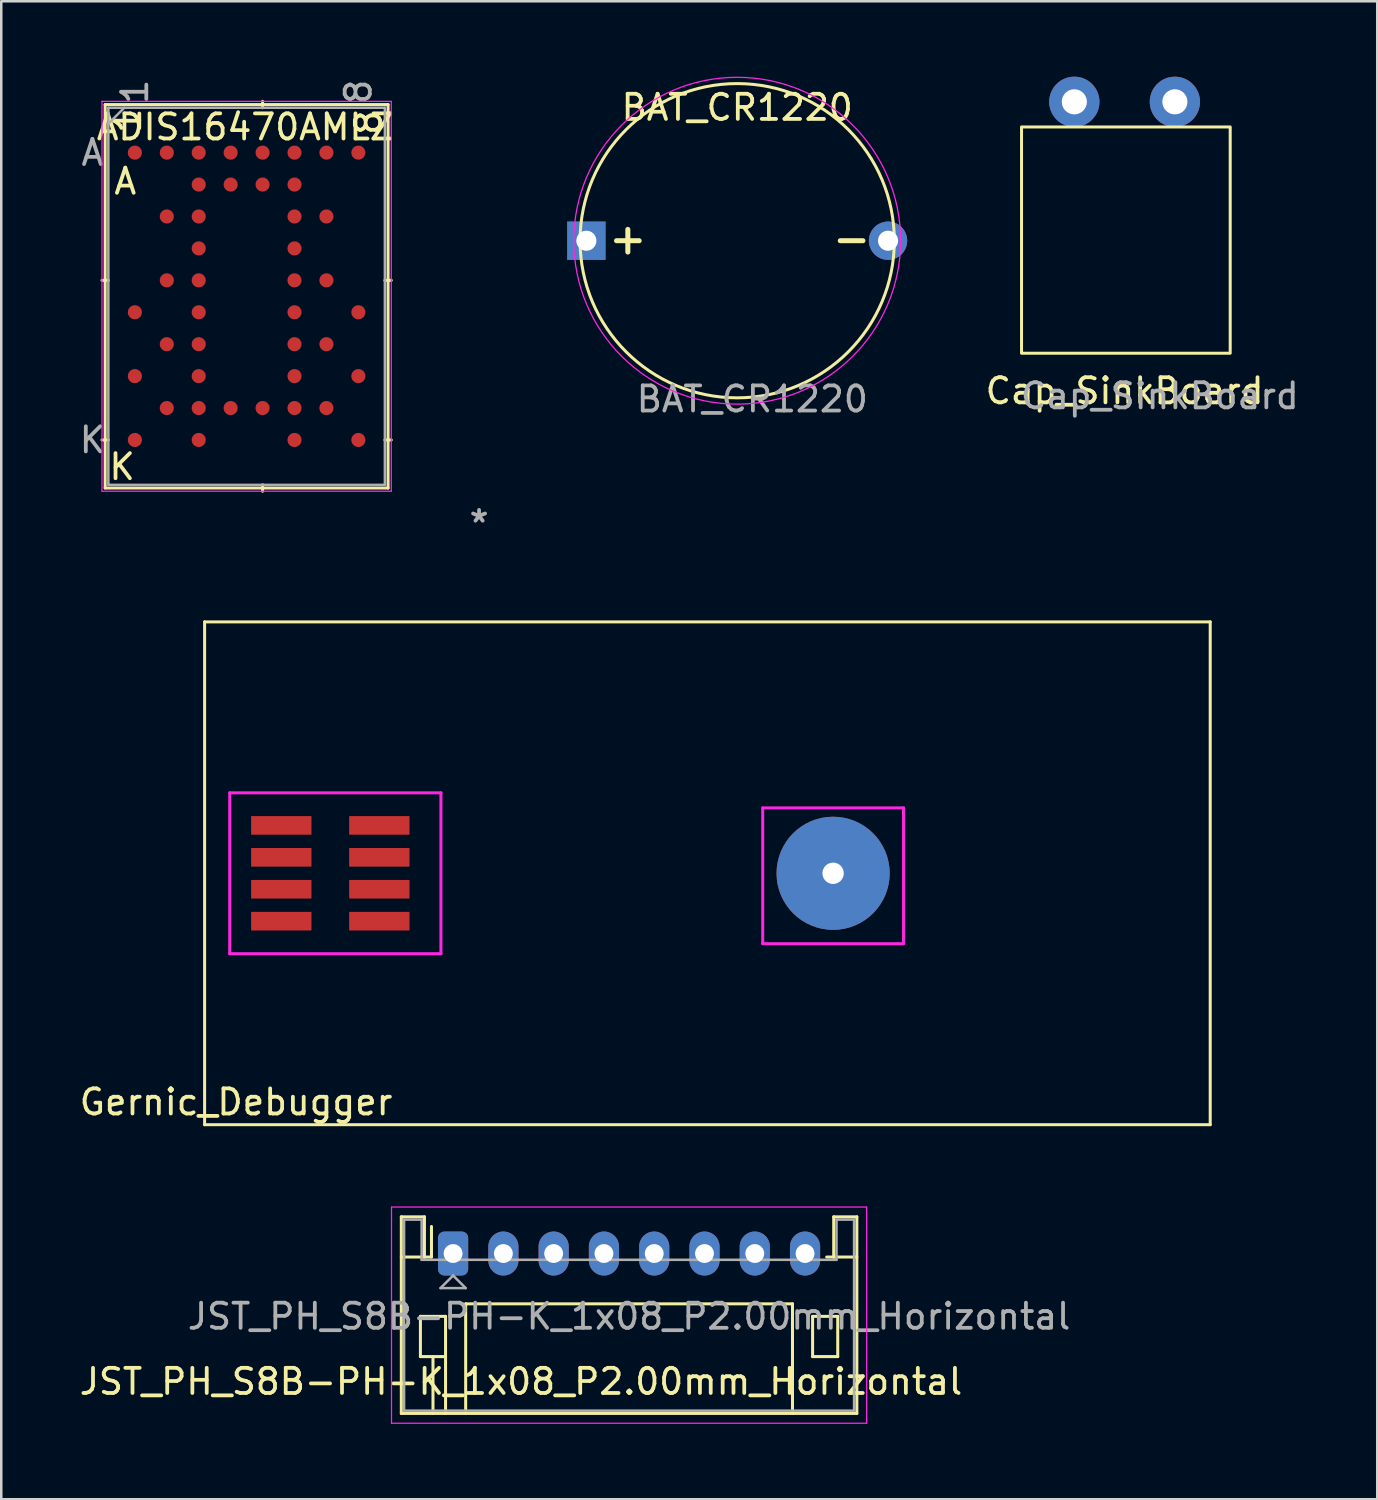
<source format=kicad_pcb>
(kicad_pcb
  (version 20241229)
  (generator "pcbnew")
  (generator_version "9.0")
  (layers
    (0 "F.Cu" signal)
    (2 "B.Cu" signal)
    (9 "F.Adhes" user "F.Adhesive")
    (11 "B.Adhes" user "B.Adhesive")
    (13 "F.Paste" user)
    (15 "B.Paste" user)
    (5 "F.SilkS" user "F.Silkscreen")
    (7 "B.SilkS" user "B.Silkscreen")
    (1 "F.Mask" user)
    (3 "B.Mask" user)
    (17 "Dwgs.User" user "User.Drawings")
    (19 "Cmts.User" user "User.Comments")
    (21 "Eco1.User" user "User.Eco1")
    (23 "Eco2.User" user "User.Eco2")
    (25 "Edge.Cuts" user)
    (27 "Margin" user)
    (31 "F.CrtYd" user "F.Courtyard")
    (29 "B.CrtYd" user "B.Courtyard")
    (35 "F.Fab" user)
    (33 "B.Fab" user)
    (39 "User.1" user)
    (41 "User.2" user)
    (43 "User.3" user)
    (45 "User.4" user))
  (footprint "Cap_SinkBoard"
    (layer "F.Cu")
    (at 39.684 1)
    (property "Reference" "Cap_SinkBoard" (at 2 11.5 0) (unlocked yes) (layer "F.SilkS") (effects (font (size 1 1) (thickness 0.15))))
    (attr smd)
    (fp_rect (start -2.1 1) (end 6.2 10) (stroke (width 0.12) (type solid)) (fill no) (layer "F.SilkS"))
    (fp_text user "${REFERENCE}" (at 3.4 11.7 0) (unlocked yes) (layer "F.Fab") (effects (font (size 1 1) (thickness 0.15))))
    (pad "1" thru_hole circle (at 0 0) (size 2 2) (drill 1) (layers "*.Cu" "*.Mask"))
    (pad "2" thru_hole circle (at 4 0) (size 2 2) (drill 1) (layers "*.Cu" "*.Mask")))
  (footprint "Gernic_Debugger"
    (layer "F.Cu")
    (at 5.089 41.687)
    (property "Reference" "Gernic_Debugger" (at 1.25 -0.9 0) (layer "F.SilkS") (effects (font (size 1 1) (thickness 0.15))))
    (attr through_hole)
    (fp_line (start 0 -20) (end 0 0) (stroke (width 0.12) (type solid)) (layer "F.SilkS"))
    (fp_line (start 0 0) (end 40 0) (stroke (width 0.12) (type solid)) (layer "F.SilkS"))
    (fp_line (start 40 -20) (end 0 -20) (stroke (width 0.12) (type solid)) (layer "F.SilkS"))
    (fp_line (start 40 0) (end 40 -20) (stroke (width 0.12) (type solid)) (layer "F.SilkS"))
    (fp_line (start 1 -13.2) (end 9.4 -13.2) (stroke (width 0.12) (type solid)) (layer "F.CrtYd"))
    (fp_line (start 1 -6.8) (end 1 -13.2) (stroke (width 0.12) (type solid)) (layer "F.CrtYd"))
    (fp_line (start 9.4 -13.2) (end 9.4 -6.8) (stroke (width 0.12) (type solid)) (layer "F.CrtYd"))
    (fp_line (start 9.4 -6.8) (end 1 -6.8) (stroke (width 0.12) (type solid)) (layer "F.CrtYd"))
    (fp_line (start 22.2 -12.6) (end 27.8 -12.6) (stroke (width 0.12) (type solid)) (layer "F.CrtYd"))
    (fp_line (start 22.2 -7.2) (end 22.2 -12.6) (stroke (width 0.12) (type solid)) (layer "F.CrtYd"))
    (fp_line (start 27.8 -12.6) (end 27.8 -7.2) (stroke (width 0.12) (type solid)) (layer "F.CrtYd"))
    (fp_line (start 27.8 -7.2) (end 22.2 -7.2) (stroke (width 0.12) (type solid)) (layer "F.CrtYd"))
    (pad "1" smd rect (at 3.05 -11.905) (size 2.4 0.74) (layers "F.Cu" "F.Mask" "F.Paste"))
    (pad "2" smd rect (at 3.05 -10.635) (size 2.4 0.74) (layers "F.Cu" "F.Mask" "F.Paste"))
    (pad "3" smd rect (at 3.05 -9.365) (size 2.4 0.74) (layers "F.Cu" "F.Mask" "F.Paste"))
    (pad "4" smd rect (at 3.05 -8.095) (size 2.4 0.74) (layers "F.Cu" "F.Mask" "F.Paste"))
    (pad "5" smd rect (at 6.95 -8.095) (size 2.4 0.74) (layers "F.Cu" "F.Mask" "F.Paste"))
    (pad "6" smd rect (at 6.95 -9.365) (size 2.4 0.74) (layers "F.Cu" "F.Mask" "F.Paste"))
    (pad "7" smd rect (at 6.95 -10.635) (size 2.4 0.74) (layers "F.Cu" "F.Mask" "F.Paste"))
    (pad "8" smd rect (at 6.95 -11.905) (size 2.4 0.74) (layers "F.Cu" "F.Mask" "F.Paste"))
    (pad "9" thru_hole circle (at 25 -10) (size 4.5 4.5) (drill 0.85) (layers "*.Cu" "*.Mask")))
  (footprint "JST_PH_S8B-PH-K_1x08_P2.00mm_Horizontal"
    (layer "F.Cu")
    (at 14.973 46.812)
    (property "Reference" "JST_PH_S8B-PH-K_1x08_P2.00mm_Horizontal" (at 2.7 5.092 180) (layer "F.SilkS") (effects (font (size 1 1) (thickness 0.15))))
    (attr through_hole)
    (fp_line (start -2.06 -1.46) (end -2.06 6.36) (stroke (width 0.12) (type solid)) (layer "F.SilkS"))
    (fp_line (start -2.06 0.14) (end -1.14 0.14) (stroke (width 0.12) (type solid)) (layer "F.SilkS"))
    (fp_line (start -2.06 6.36) (end 16.06 6.36) (stroke (width 0.12) (type solid)) (layer "F.SilkS"))
    (fp_line (start -1.3 2.5) (end -1.3 4.1) (stroke (width 0.12) (type solid)) (layer "F.SilkS"))
    (fp_line (start -1.3 4.1) (end -0.3 4.1) (stroke (width 0.12) (type solid)) (layer "F.SilkS"))
    (fp_line (start -1.14 -1.46) (end -2.06 -1.46) (stroke (width 0.12) (type solid)) (layer "F.SilkS"))
    (fp_line (start -1.14 0.14) (end -1.14 -1.46) (stroke (width 0.12) (type solid)) (layer "F.SilkS"))
    (fp_line (start -0.86 0.14) (end -1.14 0.14) (stroke (width 0.12) (type solid)) (layer "F.SilkS"))
    (fp_line (start -0.86 0.14) (end -0.86 -1.075) (stroke (width 0.12) (type solid)) (layer "F.SilkS"))
    (fp_line (start -0.8 4.1) (end -0.8 6.36) (stroke (width 0.12) (type solid)) (layer "F.SilkS"))
    (fp_line (start -0.3 2.5) (end -1.3 2.5) (stroke (width 0.12) (type solid)) (layer "F.SilkS"))
    (fp_line (start -0.3 4.1) (end -0.3 2.5) (stroke (width 0.12) (type solid)) (layer "F.SilkS"))
    (fp_line (start -0.3 4.1) (end -0.3 6.36) (stroke (width 0.12) (type solid)) (layer "F.SilkS"))
    (fp_line (start 0.5 2) (end 13.5 2) (stroke (width 0.12) (type solid)) (layer "F.SilkS"))
    (fp_line (start 0.5 6.36) (end 0.5 2) (stroke (width 0.12) (type solid)) (layer "F.SilkS"))
    (fp_line (start 13.5 2) (end 13.5 6.36) (stroke (width 0.12) (type solid)) (layer "F.SilkS"))
    (fp_line (start 14.3 2.5) (end 15.3 2.5) (stroke (width 0.12) (type solid)) (layer "F.SilkS"))
    (fp_line (start 14.3 4.1) (end 14.3 2.5) (stroke (width 0.12) (type solid)) (layer "F.SilkS"))
    (fp_line (start 15.14 -1.46) (end 15.14 0.14) (stroke (width 0.12) (type solid)) (layer "F.SilkS"))
    (fp_line (start 15.14 0.14) (end 14.86 0.14) (stroke (width 0.12) (type solid)) (layer "F.SilkS"))
    (fp_line (start 15.3 2.5) (end 15.3 4.1) (stroke (width 0.12) (type solid)) (layer "F.SilkS"))
    (fp_line (start 15.3 4.1) (end 14.3 4.1) (stroke (width 0.12) (type solid)) (layer "F.SilkS"))
    (fp_line (start 16.06 -1.46) (end 15.14 -1.46) (stroke (width 0.12) (type solid)) (layer "F.SilkS"))
    (fp_line (start 16.06 0.14) (end 15.14 0.14) (stroke (width 0.12) (type solid)) (layer "F.SilkS"))
    (fp_line (start 16.06 6.36) (end 16.06 -1.46) (stroke (width 0.12) (type solid)) (layer "F.SilkS"))
    (fp_line (start -2.45 -1.85) (end -2.45 6.75) (stroke (width 0.05) (type solid)) (layer "F.CrtYd"))
    (fp_line (start -2.45 6.75) (end 16.45 6.75) (stroke (width 0.05) (type solid)) (layer "F.CrtYd"))
    (fp_line (start 16.45 -1.85) (end -2.45 -1.85) (stroke (width 0.05) (type solid)) (layer "F.CrtYd"))
    (fp_line (start 16.45 6.75) (end 16.45 -1.85) (stroke (width 0.05) (type solid)) (layer "F.CrtYd"))
    (fp_line (start -1.95 -1.35) (end -1.95 6.25) (stroke (width 0.1) (type solid)) (layer "F.Fab"))
    (fp_line (start -1.95 6.25) (end 15.95 6.25) (stroke (width 0.1) (type solid)) (layer "F.Fab"))
    (fp_line (start -1.25 -1.35) (end -1.95 -1.35) (stroke (width 0.1) (type solid)) (layer "F.Fab"))
    (fp_line (start -1.25 0.25) (end -1.25 -1.35) (stroke (width 0.1) (type solid)) (layer "F.Fab"))
    (fp_line (start -0.5 1.375) (end 0.5 1.375) (stroke (width 0.1) (type solid)) (layer "F.Fab"))
    (fp_line (start 0 0.875) (end -0.5 1.375) (stroke (width 0.1) (type solid)) (layer "F.Fab"))
    (fp_line (start 0.5 1.375) (end 0 0.875) (stroke (width 0.1) (type solid)) (layer "F.Fab"))
    (fp_line (start 15.25 -1.35) (end 15.25 0.25) (stroke (width 0.1) (type solid)) (layer "F.Fab"))
    (fp_line (start 15.25 0.25) (end -1.25 0.25) (stroke (width 0.1) (type solid)) (layer "F.Fab"))
    (fp_line (start 15.95 -1.35) (end 15.25 -1.35) (stroke (width 0.1) (type solid)) (layer "F.Fab"))
    (fp_line (start 15.95 6.25) (end 15.95 -1.35) (stroke (width 0.1) (type solid)) (layer "F.Fab"))
    (fp_text user "${REFERENCE}" (at 7 2.5 180) (layer "F.Fab") (effects (font (size 1 1) (thickness 0.15))))
    (pad "1" thru_hole roundrect (at 0 0) (size 1.2 1.75) (drill 0.75) (layers "*.Cu" "*.Mask") (roundrect_rratio 0.208))
    (pad "2" thru_hole oval (at 2 0) (size 1.2 1.75) (drill 0.75) (layers "*.Cu" "*.Mask"))
    (pad "3" thru_hole oval (at 4 0) (size 1.2 1.75) (drill 0.75) (layers "*.Cu" "*.Mask"))
    (pad "4" thru_hole oval (at 6 0) (size 1.2 1.75) (drill 0.75) (layers "*.Cu" "*.Mask"))
    (pad "5" thru_hole oval (at 8 0) (size 1.2 1.75) (drill 0.75) (layers "*.Cu" "*.Mask"))
    (pad "6" thru_hole oval (at 10 0) (size 1.2 1.75) (drill 0.75) (layers "*.Cu" "*.Mask"))
    (pad "7" thru_hole oval (at 12 0) (size 1.2 1.75) (drill 0.75) (layers "*.Cu" "*.Mask"))
    (pad "8" thru_hole oval (at 14 0) (size 1.2 1.75) (drill 0.75) (layers "*.Cu" "*.Mask")))
  (footprint "ADIS16470AMLZ"
    (layer "F.Cu")
    (at 6.76 8.736)
    (property "Reference" "ADIS16470AMLZ" (at -0.051 -6.731 0) (layer "F.SilkS") (effects (font (size 1 1) (thickness 0.15))))
    (attr smd)
    (fp_line (start -5.627 -7.627) (end -5.627 7.627) (stroke (width 0.12) (type solid)) (layer "F.SilkS"))
    (fp_line (start -5.627 7.627) (end 5.627 7.627) (stroke (width 0.12) (type solid)) (layer "F.SilkS"))
    (fp_line (start -5.5 -0.635) (end -5.754 -0.635) (stroke (width 0.12) (type solid)) (layer "F.SilkS"))
    (fp_line (start -5.5 5.715) (end -5.754 5.715) (stroke (width 0.12) (type solid)) (layer "F.SilkS"))
    (fp_line (start 0.635 -7.5) (end 0.635 -7.754) (stroke (width 0.12) (type solid)) (layer "F.SilkS"))
    (fp_line (start 0.635 7.5) (end 0.635 7.754) (stroke (width 0.12) (type solid)) (layer "F.SilkS"))
    (fp_line (start 5.5 -0.635) (end 5.754 -0.635) (stroke (width 0.12) (type solid)) (layer "F.SilkS"))
    (fp_line (start 5.5 5.715) (end 5.754 5.715) (stroke (width 0.12) (type solid)) (layer "F.SilkS"))
    (fp_line (start 5.627 -7.627) (end -5.627 -7.627) (stroke (width 0.12) (type solid)) (layer "F.SilkS"))
    (fp_line (start 5.627 7.627) (end 5.627 -7.627) (stroke (width 0.12) (type solid)) (layer "F.SilkS"))
    (fp_line (start -5.754 -7.754) (end 5.754 -7.754) (stroke (width 0.05) (type solid)) (layer "F.CrtYd"))
    (fp_line (start -5.754 7.754) (end -5.754 -7.754) (stroke (width 0.05) (type solid)) (layer "F.CrtYd"))
    (fp_line (start 5.754 -7.754) (end 5.754 7.754) (stroke (width 0.05) (type solid)) (layer "F.CrtYd"))
    (fp_line (start 5.754 7.754) (end -5.754 7.754) (stroke (width 0.05) (type solid)) (layer "F.CrtYd"))
    (fp_line (start -5.5 -7.5) (end -5.5 7.5) (stroke (width 0.1) (type solid)) (layer "F.Fab"))
    (fp_line (start -5.5 7.5) (end 5.5 7.5) (stroke (width 0.1) (type solid)) (layer "F.Fab"))
    (fp_line (start -4.865 -7.5) (end -5.5 -6.865) (stroke (width 0.1) (type solid)) (layer "F.Fab"))
    (fp_line (start 5.5 -7.5) (end -5.5 -7.5) (stroke (width 0.1) (type solid)) (layer "F.Fab"))
    (fp_line (start 5.5 7.5) (end 5.5 -7.5) (stroke (width 0.1) (type solid)) (layer "F.Fab"))
    (fp_text user "A" (at -4.826 -4.572 0) (layer "F.SilkS") (effects (font (size 1 1) (thickness 0.15))))
    (fp_text user "K" (at -4.953 6.782 0) (layer "F.SilkS") (effects (font (size 1 1) (thickness 0.15))))
    (fp_text user "1" (at -4.724 -6.985 90) (layer "F.SilkS") (effects (font (size 1 1) (thickness 0.15))))
    (fp_text user "8" (at 4.851 -6.909 90) (layer "F.SilkS") (effects (font (size 1 1) (thickness 0.15))))
    (fp_text user "1" (at -4.445 -8.135 90) (layer "F.Fab") (effects (font (size 1 1) (thickness 0.15))))
    (fp_text user "A" (at -6.135 -5.715 0) (layer "F.Fab") (effects (font (size 1 1) (thickness 0.15))))
    (fp_text user "8" (at 4.445 -8.135 90) (layer "F.Fab") (effects (font (size 1 1) (thickness 0.15))))
    (fp_text user "*" (at 9.246 9.042 0) (layer "F.Fab") (effects (font (size 1 1) (thickness 0.15))))
    (fp_text user "K" (at -6.135 5.715 0) (layer "F.Fab") (effects (font (size 1 1) (thickness 0.15))))
    (pad "A1" smd circle (at -4.445 -5.715) (size 0.56 0.56) (layers "F.Cu" "F.Mask" "F.Paste"))
    (pad "A2" smd circle (at -3.175 -5.715) (size 0.56 0.56) (layers "F.Cu" "F.Mask" "F.Paste"))
    (pad "A3" smd circle (at -1.905 -5.715) (size 0.56 0.56) (layers "F.Cu" "F.Mask" "F.Paste"))
    (pad "A4" smd circle (at -0.635 -5.715) (size 0.56 0.56) (layers "F.Cu" "F.Mask" "F.Paste"))
    (pad "A5" smd circle (at 0.635 -5.715) (size 0.56 0.56) (layers "F.Cu" "F.Mask" "F.Paste"))
    (pad "A6" smd circle (at 1.905 -5.715) (size 0.56 0.56) (layers "F.Cu" "F.Mask" "F.Paste"))
    (pad "A7" smd circle (at 3.175 -5.715) (size 0.56 0.56) (layers "F.Cu" "F.Mask" "F.Paste"))
    (pad "A8" smd circle (at 4.445 -5.715) (size 0.56 0.56) (layers "F.Cu" "F.Mask" "F.Paste"))
    (pad "B3" smd circle (at -1.905 -4.445) (size 0.56 0.56) (layers "F.Cu" "F.Mask" "F.Paste"))
    (pad "B4" smd circle (at -0.635 -4.445) (size 0.56 0.56) (layers "F.Cu" "F.Mask" "F.Paste"))
    (pad "B5" smd circle (at 0.635 -4.445) (size 0.56 0.56) (layers "F.Cu" "F.Mask" "F.Paste"))
    (pad "B6" smd circle (at 1.905 -4.445) (size 0.56 0.56) (layers "F.Cu" "F.Mask" "F.Paste"))
    (pad "C2" smd circle (at -3.175 -3.175) (size 0.56 0.56) (layers "F.Cu" "F.Mask" "F.Paste"))
    (pad "C3" smd circle (at -1.905 -3.175) (size 0.56 0.56) (layers "F.Cu" "F.Mask" "F.Paste"))
    (pad "C6" smd circle (at 1.905 -3.175) (size 0.56 0.56) (layers "F.Cu" "F.Mask" "F.Paste"))
    (pad "C7" smd circle (at 3.175 -3.175) (size 0.56 0.56) (layers "F.Cu" "F.Mask" "F.Paste"))
    (pad "D3" smd circle (at -1.905 -1.905) (size 0.56 0.56) (layers "F.Cu" "F.Mask" "F.Paste"))
    (pad "D6" smd circle (at 1.905 -1.905) (size 0.56 0.56) (layers "F.Cu" "F.Mask" "F.Paste"))
    (pad "E2" smd circle (at -3.175 -0.635) (size 0.56 0.56) (layers "F.Cu" "F.Mask" "F.Paste"))
    (pad "E3" smd circle (at -1.905 -0.635) (size 0.56 0.56) (layers "F.Cu" "F.Mask" "F.Paste"))
    (pad "E6" smd circle (at 1.905 -0.635) (size 0.56 0.56) (layers "F.Cu" "F.Mask" "F.Paste"))
    (pad "E7" smd circle (at 3.175 -0.635) (size 0.56 0.56) (layers "F.Cu" "F.Mask" "F.Paste"))
    (pad "F1" smd circle (at -4.445 0.635) (size 0.56 0.56) (layers "F.Cu" "F.Mask" "F.Paste"))
    (pad "F3" smd circle (at -1.905 0.635) (size 0.56 0.56) (layers "F.Cu" "F.Mask" "F.Paste"))
    (pad "F6" smd circle (at 1.905 0.635) (size 0.56 0.56) (layers "F.Cu" "F.Mask" "F.Paste"))
    (pad "F8" smd circle (at 4.445 0.635) (size 0.56 0.56) (layers "F.Cu" "F.Mask" "F.Paste"))
    (pad "G2" smd circle (at -3.175 1.905) (size 0.56 0.56) (layers "F.Cu" "F.Mask" "F.Paste"))
    (pad "G3" smd circle (at -1.905 1.905) (size 0.56 0.56) (layers "F.Cu" "F.Mask" "F.Paste"))
    (pad "G6" smd circle (at 1.905 1.905) (size 0.56 0.56) (layers "F.Cu" "F.Mask" "F.Paste"))
    (pad "G7" smd circle (at 3.175 1.905) (size 0.56 0.56) (layers "F.Cu" "F.Mask" "F.Paste"))
    (pad "H1" smd circle (at -4.445 3.175) (size 0.56 0.56) (layers "F.Cu" "F.Mask" "F.Paste"))
    (pad "H3" smd circle (at -1.905 3.175) (size 0.56 0.56) (layers "F.Cu" "F.Mask" "F.Paste"))
    (pad "H6" smd circle (at 1.905 3.175) (size 0.56 0.56) (layers "F.Cu" "F.Mask" "F.Paste"))
    (pad "H8" smd circle (at 4.445 3.175) (size 0.56 0.56) (layers "F.Cu" "F.Mask" "F.Paste"))
    (pad "J2" smd circle (at -3.175 4.445) (size 0.56 0.56) (layers "F.Cu" "F.Mask" "F.Paste"))
    (pad "J3" smd circle (at -1.905 4.445) (size 0.56 0.56) (layers "F.Cu" "F.Mask" "F.Paste"))
    (pad "J4" smd circle (at -0.635 4.445) (size 0.56 0.56) (layers "F.Cu" "F.Mask" "F.Paste"))
    (pad "J5" smd circle (at 0.635 4.445) (size 0.56 0.56) (layers "F.Cu" "F.Mask" "F.Paste"))
    (pad "J6" smd circle (at 1.905 4.445) (size 0.56 0.56) (layers "F.Cu" "F.Mask" "F.Paste"))
    (pad "J7" smd circle (at 3.175 4.445) (size 0.56 0.56) (layers "F.Cu" "F.Mask" "F.Paste"))
    (pad "K1" smd circle (at -4.445 5.715) (size 0.56 0.56) (layers "F.Cu" "F.Mask" "F.Paste"))
    (pad "K3" smd circle (at -1.905 5.715) (size 0.56 0.56) (layers "F.Cu" "F.Mask" "F.Paste"))
    (pad "K6" smd circle (at 1.905 5.715) (size 0.56 0.56) (layers "F.Cu" "F.Mask" "F.Paste"))
    (pad "K8" smd circle (at 4.445 5.715) (size 0.56 0.56) (layers "F.Cu" "F.Mask" "F.Paste")))
  (footprint "BAT_CR1220"
    (layer "F.Cu")
    (at 20.274 6.525)
    (property "Reference" "BAT_CR1220" (at 6 -5.3 0) (unlocked yes) (layer "F.SilkS") (effects (font (size 1 1) (thickness 0.15))))
    (attr through_hole)
    (fp_line (start 1.2 0) (end 2.1 0) (stroke (width 0.2) (type solid)) (layer "F.SilkS"))
    (fp_line (start 1.65 -0.45) (end 1.65 0.45) (stroke (width 0.2) (type solid)) (layer "F.SilkS"))
    (fp_line (start 10.1 0) (end 11 0) (stroke (width 0.2) (type solid)) (layer "F.SilkS"))
    (fp_circle (center 6 0) (end 12.25 0) (stroke (width 0.12) (type solid)) (fill no) (layer "F.SilkS"))
    (fp_circle (center 6 0) (end 12.5 0) (stroke (width 0.05) (type solid)) (fill no) (layer "F.CrtYd"))
    (fp_text user "${REFERENCE}" (at 6.6 6.3 0) (unlocked yes) (layer "F.Fab") (effects (font (size 1 1) (thickness 0.15))))
    (pad "1" thru_hole rect (at 0 0) (size 1.524 1.524) (drill 0.8) (layers "*.Cu" "*.Mask"))
    (pad "2" thru_hole circle (at 12 0) (size 1.524 1.524) (drill 0.8) (layers "*.Cu" "*.Mask")))
  (gr_rect
    (start -3 -3)
    (end 51.733 56.587)
    (stroke (width 0.1) (type default))
    (fill no)
    (layer "Edge.Cuts")))
</source>
